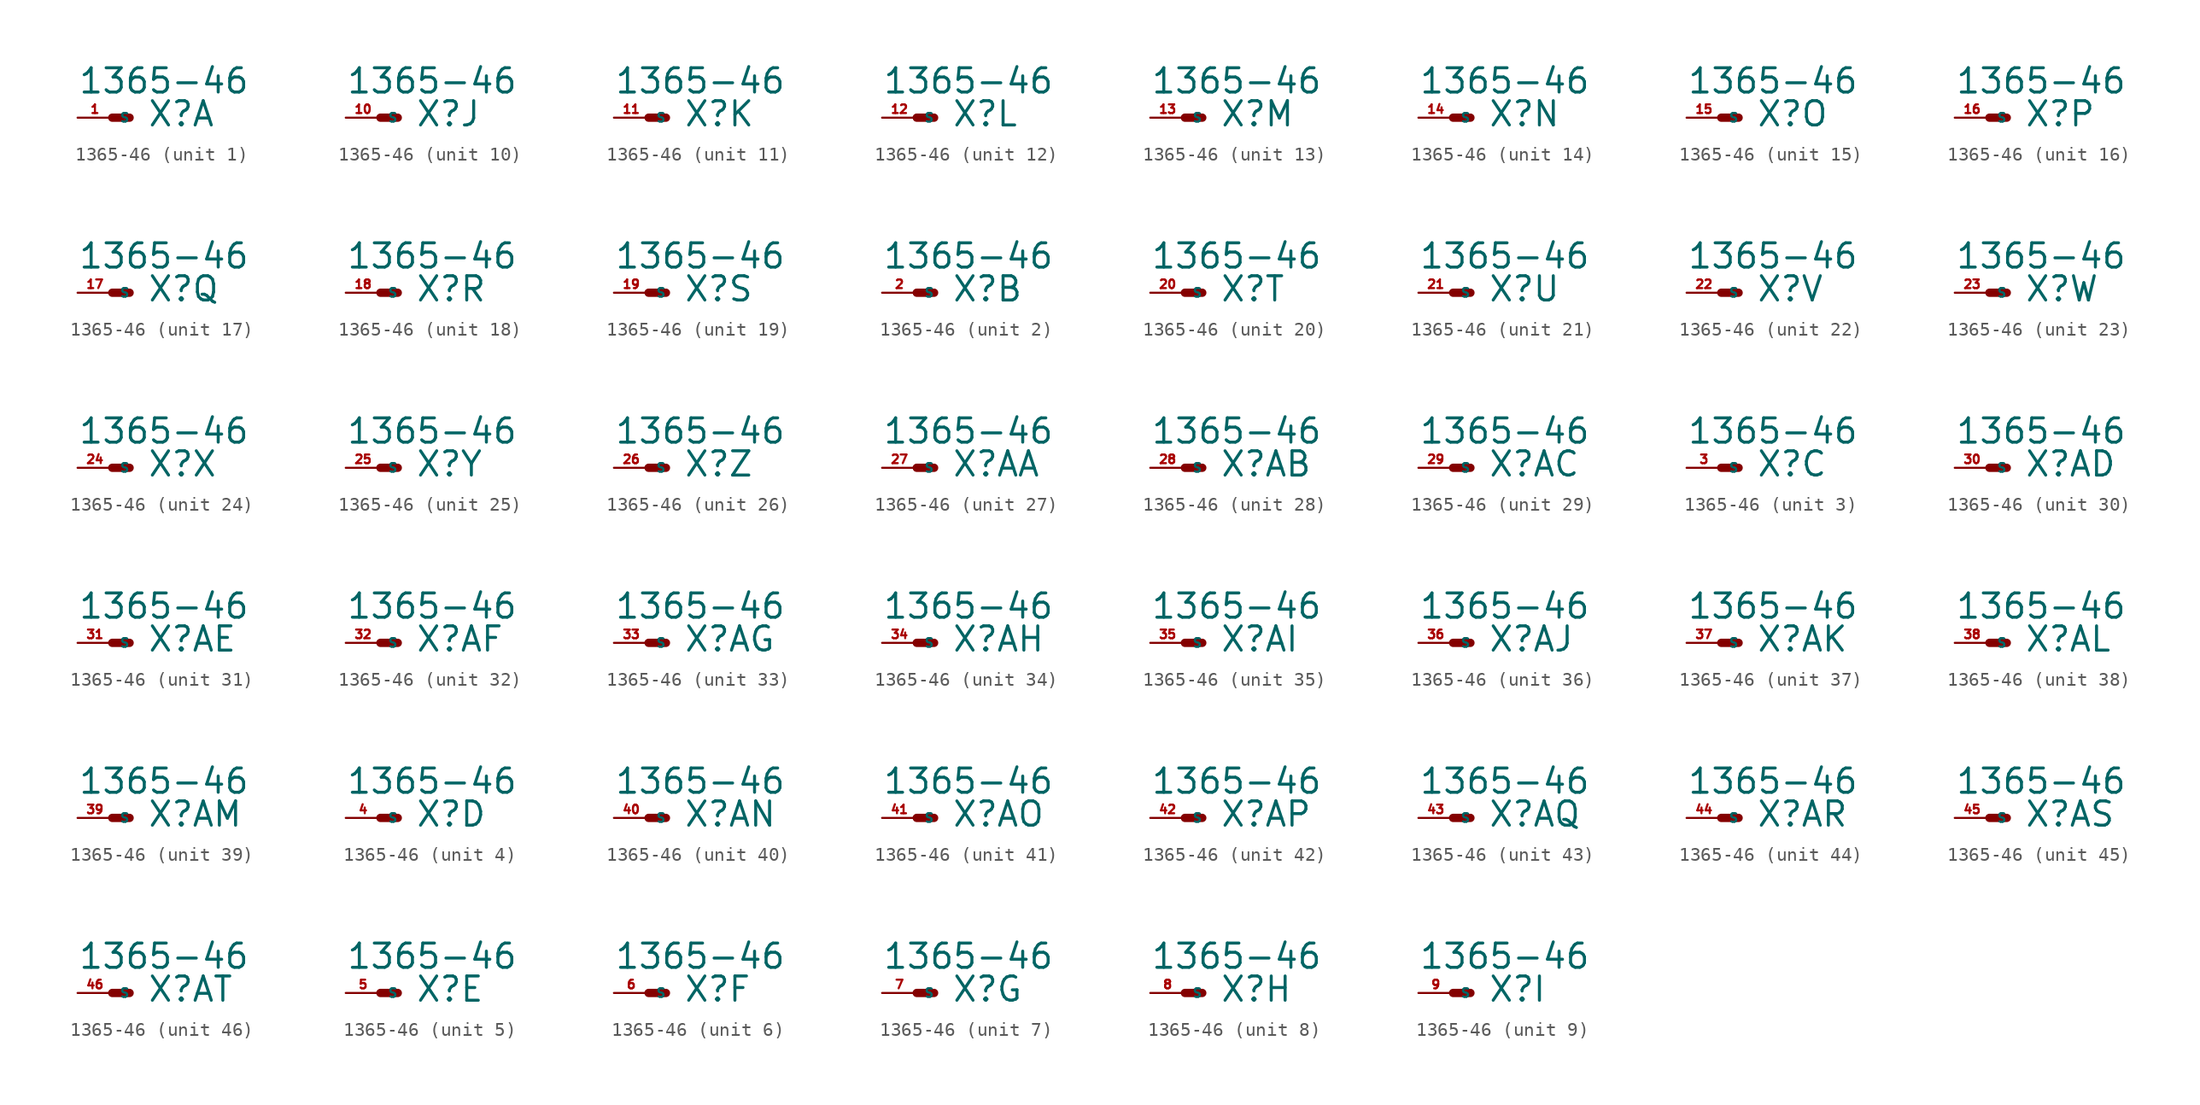
<source format=kicad_sym>
(kicad_symbol_lib
  (version 20220914)
  (generator Eagle2Kicad)
  (symbol "1365-46"
    (property "Reference" "X"
      (at 2.54 -0.762 0)
      (effects (font (size 1.778 1.778) (thickness 0.22)) (justify left bottom)))
    (property "Value" "1365-46"
      (at -2.54 1.651 0)
      (effects (font (size 1.778 1.778) (thickness 0.22)) (justify left bottom)))
    (symbol "1365-46_1_0"
      (polyline (pts (xy 0 0) (xy 1.27 0)) (stroke (width 0.61) (type default)) (fill (type none)))
      (pin passive line (at -2.54 0 0) (length 2.54) (name "S" (effects (font (size 0.635 0.635) (thickness 0.08)) (justify left bottom))) (number "1" (effects (font (size 0.635 0.635) (thickness 0.08)) (justify left bottom)))))
    (symbol "1365-46_2_0"
      (polyline (pts (xy 0 0) (xy 1.27 0)) (stroke (width 0.61) (type default)) (fill (type none)))
      (pin passive line (at -2.54 0 0) (length 2.54) (name "S" (effects (font (size 0.635 0.635) (thickness 0.08)) (justify left bottom))) (number "2" (effects (font (size 0.635 0.635) (thickness 0.08)) (justify left bottom)))))
    (symbol "1365-46_3_0"
      (polyline (pts (xy 0 0) (xy 1.27 0)) (stroke (width 0.61) (type default)) (fill (type none)))
      (pin passive line (at -2.54 0 0) (length 2.54) (name "S" (effects (font (size 0.635 0.635) (thickness 0.08)) (justify left bottom))) (number "3" (effects (font (size 0.635 0.635) (thickness 0.08)) (justify left bottom)))))
    (symbol "1365-46_4_0"
      (polyline (pts (xy 0 0) (xy 1.27 0)) (stroke (width 0.61) (type default)) (fill (type none)))
      (pin passive line (at -2.54 0 0) (length 2.54) (name "S" (effects (font (size 0.635 0.635) (thickness 0.08)) (justify left bottom))) (number "4" (effects (font (size 0.635 0.635) (thickness 0.08)) (justify left bottom)))))
    (symbol "1365-46_5_0"
      (polyline (pts (xy 0 0) (xy 1.27 0)) (stroke (width 0.61) (type default)) (fill (type none)))
      (pin passive line (at -2.54 0 0) (length 2.54) (name "S" (effects (font (size 0.635 0.635) (thickness 0.08)) (justify left bottom))) (number "5" (effects (font (size 0.635 0.635) (thickness 0.08)) (justify left bottom)))))
    (symbol "1365-46_6_0"
      (polyline (pts (xy 0 0) (xy 1.27 0)) (stroke (width 0.61) (type default)) (fill (type none)))
      (pin passive line (at -2.54 0 0) (length 2.54) (name "S" (effects (font (size 0.635 0.635) (thickness 0.08)) (justify left bottom))) (number "6" (effects (font (size 0.635 0.635) (thickness 0.08)) (justify left bottom)))))
    (symbol "1365-46_7_0"
      (polyline (pts (xy 0 0) (xy 1.27 0)) (stroke (width 0.61) (type default)) (fill (type none)))
      (pin passive line (at -2.54 0 0) (length 2.54) (name "S" (effects (font (size 0.635 0.635) (thickness 0.08)) (justify left bottom))) (number "7" (effects (font (size 0.635 0.635) (thickness 0.08)) (justify left bottom)))))
    (symbol "1365-46_8_0"
      (polyline (pts (xy 0 0) (xy 1.27 0)) (stroke (width 0.61) (type default)) (fill (type none)))
      (pin passive line (at -2.54 0 0) (length 2.54) (name "S" (effects (font (size 0.635 0.635) (thickness 0.08)) (justify left bottom))) (number "8" (effects (font (size 0.635 0.635) (thickness 0.08)) (justify left bottom)))))
    (symbol "1365-46_9_0"
      (polyline (pts (xy 0 0) (xy 1.27 0)) (stroke (width 0.61) (type default)) (fill (type none)))
      (pin passive line (at -2.54 0 0) (length 2.54) (name "S" (effects (font (size 0.635 0.635) (thickness 0.08)) (justify left bottom))) (number "9" (effects (font (size 0.635 0.635) (thickness 0.08)) (justify left bottom)))))
    (symbol "1365-46_10_0"
      (polyline (pts (xy 0 0) (xy 1.27 0)) (stroke (width 0.61) (type default)) (fill (type none)))
      (pin passive line (at -2.54 0 0) (length 2.54) (name "S" (effects (font (size 0.635 0.635) (thickness 0.08)) (justify left bottom))) (number "10" (effects (font (size 0.635 0.635) (thickness 0.08)) (justify left bottom)))))
    (symbol "1365-46_11_0"
      (polyline (pts (xy 0 0) (xy 1.27 0)) (stroke (width 0.61) (type default)) (fill (type none)))
      (pin passive line (at -2.54 0 0) (length 2.54) (name "S" (effects (font (size 0.635 0.635) (thickness 0.08)) (justify left bottom))) (number "11" (effects (font (size 0.635 0.635) (thickness 0.08)) (justify left bottom)))))
    (symbol "1365-46_12_0"
      (polyline (pts (xy 0 0) (xy 1.27 0)) (stroke (width 0.61) (type default)) (fill (type none)))
      (pin passive line (at -2.54 0 0) (length 2.54) (name "S" (effects (font (size 0.635 0.635) (thickness 0.08)) (justify left bottom))) (number "12" (effects (font (size 0.635 0.635) (thickness 0.08)) (justify left bottom)))))
    (symbol "1365-46_13_0"
      (polyline (pts (xy 0 0) (xy 1.27 0)) (stroke (width 0.61) (type default)) (fill (type none)))
      (pin passive line (at -2.54 0 0) (length 2.54) (name "S" (effects (font (size 0.635 0.635) (thickness 0.08)) (justify left bottom))) (number "13" (effects (font (size 0.635 0.635) (thickness 0.08)) (justify left bottom)))))
    (symbol "1365-46_14_0"
      (polyline (pts (xy 0 0) (xy 1.27 0)) (stroke (width 0.61) (type default)) (fill (type none)))
      (pin passive line (at -2.54 0 0) (length 2.54) (name "S" (effects (font (size 0.635 0.635) (thickness 0.08)) (justify left bottom))) (number "14" (effects (font (size 0.635 0.635) (thickness 0.08)) (justify left bottom)))))
    (symbol "1365-46_15_0"
      (polyline (pts (xy 0 0) (xy 1.27 0)) (stroke (width 0.61) (type default)) (fill (type none)))
      (pin passive line (at -2.54 0 0) (length 2.54) (name "S" (effects (font (size 0.635 0.635) (thickness 0.08)) (justify left bottom))) (number "15" (effects (font (size 0.635 0.635) (thickness 0.08)) (justify left bottom)))))
    (symbol "1365-46_16_0"
      (polyline (pts (xy 0 0) (xy 1.27 0)) (stroke (width 0.61) (type default)) (fill (type none)))
      (pin passive line (at -2.54 0 0) (length 2.54) (name "S" (effects (font (size 0.635 0.635) (thickness 0.08)) (justify left bottom))) (number "16" (effects (font (size 0.635 0.635) (thickness 0.08)) (justify left bottom)))))
    (symbol "1365-46_17_0"
      (polyline (pts (xy 0 0) (xy 1.27 0)) (stroke (width 0.61) (type default)) (fill (type none)))
      (pin passive line (at -2.54 0 0) (length 2.54) (name "S" (effects (font (size 0.635 0.635) (thickness 0.08)) (justify left bottom))) (number "17" (effects (font (size 0.635 0.635) (thickness 0.08)) (justify left bottom)))))
    (symbol "1365-46_18_0"
      (polyline (pts (xy 0 0) (xy 1.27 0)) (stroke (width 0.61) (type default)) (fill (type none)))
      (pin passive line (at -2.54 0 0) (length 2.54) (name "S" (effects (font (size 0.635 0.635) (thickness 0.08)) (justify left bottom))) (number "18" (effects (font (size 0.635 0.635) (thickness 0.08)) (justify left bottom)))))
    (symbol "1365-46_19_0"
      (polyline (pts (xy 0 0) (xy 1.27 0)) (stroke (width 0.61) (type default)) (fill (type none)))
      (pin passive line (at -2.54 0 0) (length 2.54) (name "S" (effects (font (size 0.635 0.635) (thickness 0.08)) (justify left bottom))) (number "19" (effects (font (size 0.635 0.635) (thickness 0.08)) (justify left bottom)))))
    (symbol "1365-46_20_0"
      (polyline (pts (xy 0 0) (xy 1.27 0)) (stroke (width 0.61) (type default)) (fill (type none)))
      (pin passive line (at -2.54 0 0) (length 2.54) (name "S" (effects (font (size 0.635 0.635) (thickness 0.08)) (justify left bottom))) (number "20" (effects (font (size 0.635 0.635) (thickness 0.08)) (justify left bottom)))))
    (symbol "1365-46_21_0"
      (polyline (pts (xy 0 0) (xy 1.27 0)) (stroke (width 0.61) (type default)) (fill (type none)))
      (pin passive line (at -2.54 0 0) (length 2.54) (name "S" (effects (font (size 0.635 0.635) (thickness 0.08)) (justify left bottom))) (number "21" (effects (font (size 0.635 0.635) (thickness 0.08)) (justify left bottom)))))
    (symbol "1365-46_22_0"
      (polyline (pts (xy 0 0) (xy 1.27 0)) (stroke (width 0.61) (type default)) (fill (type none)))
      (pin passive line (at -2.54 0 0) (length 2.54) (name "S" (effects (font (size 0.635 0.635) (thickness 0.08)) (justify left bottom))) (number "22" (effects (font (size 0.635 0.635) (thickness 0.08)) (justify left bottom)))))
    (symbol "1365-46_23_0"
      (polyline (pts (xy 0 0) (xy 1.27 0)) (stroke (width 0.61) (type default)) (fill (type none)))
      (pin passive line (at -2.54 0 0) (length 2.54) (name "S" (effects (font (size 0.635 0.635) (thickness 0.08)) (justify left bottom))) (number "23" (effects (font (size 0.635 0.635) (thickness 0.08)) (justify left bottom)))))
    (symbol "1365-46_24_0"
      (polyline (pts (xy 0 0) (xy 1.27 0)) (stroke (width 0.61) (type default)) (fill (type none)))
      (pin passive line (at -2.54 0 0) (length 2.54) (name "S" (effects (font (size 0.635 0.635) (thickness 0.08)) (justify left bottom))) (number "24" (effects (font (size 0.635 0.635) (thickness 0.08)) (justify left bottom)))))
    (symbol "1365-46_25_0"
      (polyline (pts (xy 0 0) (xy 1.27 0)) (stroke (width 0.61) (type default)) (fill (type none)))
      (pin passive line (at -2.54 0 0) (length 2.54) (name "S" (effects (font (size 0.635 0.635) (thickness 0.08)) (justify left bottom))) (number "25" (effects (font (size 0.635 0.635) (thickness 0.08)) (justify left bottom)))))
    (symbol "1365-46_26_0"
      (polyline (pts (xy 0 0) (xy 1.27 0)) (stroke (width 0.61) (type default)) (fill (type none)))
      (pin passive line (at -2.54 0 0) (length 2.54) (name "S" (effects (font (size 0.635 0.635) (thickness 0.08)) (justify left bottom))) (number "26" (effects (font (size 0.635 0.635) (thickness 0.08)) (justify left bottom)))))
    (symbol "1365-46_27_0"
      (polyline (pts (xy 0 0) (xy 1.27 0)) (stroke (width 0.61) (type default)) (fill (type none)))
      (pin passive line (at -2.54 0 0) (length 2.54) (name "S" (effects (font (size 0.635 0.635) (thickness 0.08)) (justify left bottom))) (number "27" (effects (font (size 0.635 0.635) (thickness 0.08)) (justify left bottom)))))
    (symbol "1365-46_28_0"
      (polyline (pts (xy 0 0) (xy 1.27 0)) (stroke (width 0.61) (type default)) (fill (type none)))
      (pin passive line (at -2.54 0 0) (length 2.54) (name "S" (effects (font (size 0.635 0.635) (thickness 0.08)) (justify left bottom))) (number "28" (effects (font (size 0.635 0.635) (thickness 0.08)) (justify left bottom)))))
    (symbol "1365-46_29_0"
      (polyline (pts (xy 0 0) (xy 1.27 0)) (stroke (width 0.61) (type default)) (fill (type none)))
      (pin passive line (at -2.54 0 0) (length 2.54) (name "S" (effects (font (size 0.635 0.635) (thickness 0.08)) (justify left bottom))) (number "29" (effects (font (size 0.635 0.635) (thickness 0.08)) (justify left bottom)))))
    (symbol "1365-46_30_0"
      (polyline (pts (xy 0 0) (xy 1.27 0)) (stroke (width 0.61) (type default)) (fill (type none)))
      (pin passive line (at -2.54 0 0) (length 2.54) (name "S" (effects (font (size 0.635 0.635) (thickness 0.08)) (justify left bottom))) (number "30" (effects (font (size 0.635 0.635) (thickness 0.08)) (justify left bottom)))))
    (symbol "1365-46_31_0"
      (polyline (pts (xy 0 0) (xy 1.27 0)) (stroke (width 0.61) (type default)) (fill (type none)))
      (pin passive line (at -2.54 0 0) (length 2.54) (name "S" (effects (font (size 0.635 0.635) (thickness 0.08)) (justify left bottom))) (number "31" (effects (font (size 0.635 0.635) (thickness 0.08)) (justify left bottom)))))
    (symbol "1365-46_32_0"
      (polyline (pts (xy 0 0) (xy 1.27 0)) (stroke (width 0.61) (type default)) (fill (type none)))
      (pin passive line (at -2.54 0 0) (length 2.54) (name "S" (effects (font (size 0.635 0.635) (thickness 0.08)) (justify left bottom))) (number "32" (effects (font (size 0.635 0.635) (thickness 0.08)) (justify left bottom)))))
    (symbol "1365-46_33_0"
      (polyline (pts (xy 0 0) (xy 1.27 0)) (stroke (width 0.61) (type default)) (fill (type none)))
      (pin passive line (at -2.54 0 0) (length 2.54) (name "S" (effects (font (size 0.635 0.635) (thickness 0.08)) (justify left bottom))) (number "33" (effects (font (size 0.635 0.635) (thickness 0.08)) (justify left bottom)))))
    (symbol "1365-46_34_0"
      (polyline (pts (xy 0 0) (xy 1.27 0)) (stroke (width 0.61) (type default)) (fill (type none)))
      (pin passive line (at -2.54 0 0) (length 2.54) (name "S" (effects (font (size 0.635 0.635) (thickness 0.08)) (justify left bottom))) (number "34" (effects (font (size 0.635 0.635) (thickness 0.08)) (justify left bottom)))))
    (symbol "1365-46_35_0"
      (polyline (pts (xy 0 0) (xy 1.27 0)) (stroke (width 0.61) (type default)) (fill (type none)))
      (pin passive line (at -2.54 0 0) (length 2.54) (name "S" (effects (font (size 0.635 0.635) (thickness 0.08)) (justify left bottom))) (number "35" (effects (font (size 0.635 0.635) (thickness 0.08)) (justify left bottom)))))
    (symbol "1365-46_36_0"
      (polyline (pts (xy 0 0) (xy 1.27 0)) (stroke (width 0.61) (type default)) (fill (type none)))
      (pin passive line (at -2.54 0 0) (length 2.54) (name "S" (effects (font (size 0.635 0.635) (thickness 0.08)) (justify left bottom))) (number "36" (effects (font (size 0.635 0.635) (thickness 0.08)) (justify left bottom)))))
    (symbol "1365-46_37_0"
      (polyline (pts (xy 0 0) (xy 1.27 0)) (stroke (width 0.61) (type default)) (fill (type none)))
      (pin passive line (at -2.54 0 0) (length 2.54) (name "S" (effects (font (size 0.635 0.635) (thickness 0.08)) (justify left bottom))) (number "37" (effects (font (size 0.635 0.635) (thickness 0.08)) (justify left bottom)))))
    (symbol "1365-46_38_0"
      (polyline (pts (xy 0 0) (xy 1.27 0)) (stroke (width 0.61) (type default)) (fill (type none)))
      (pin passive line (at -2.54 0 0) (length 2.54) (name "S" (effects (font (size 0.635 0.635) (thickness 0.08)) (justify left bottom))) (number "38" (effects (font (size 0.635 0.635) (thickness 0.08)) (justify left bottom)))))
    (symbol "1365-46_39_0"
      (polyline (pts (xy 0 0) (xy 1.27 0)) (stroke (width 0.61) (type default)) (fill (type none)))
      (pin passive line (at -2.54 0 0) (length 2.54) (name "S" (effects (font (size 0.635 0.635) (thickness 0.08)) (justify left bottom))) (number "39" (effects (font (size 0.635 0.635) (thickness 0.08)) (justify left bottom)))))
    (symbol "1365-46_40_0"
      (polyline (pts (xy 0 0) (xy 1.27 0)) (stroke (width 0.61) (type default)) (fill (type none)))
      (pin passive line (at -2.54 0 0) (length 2.54) (name "S" (effects (font (size 0.635 0.635) (thickness 0.08)) (justify left bottom))) (number "40" (effects (font (size 0.635 0.635) (thickness 0.08)) (justify left bottom)))))
    (symbol "1365-46_41_0"
      (polyline (pts (xy 0 0) (xy 1.27 0)) (stroke (width 0.61) (type default)) (fill (type none)))
      (pin passive line (at -2.54 0 0) (length 2.54) (name "S" (effects (font (size 0.635 0.635) (thickness 0.08)) (justify left bottom))) (number "41" (effects (font (size 0.635 0.635) (thickness 0.08)) (justify left bottom)))))
    (symbol "1365-46_42_0"
      (polyline (pts (xy 0 0) (xy 1.27 0)) (stroke (width 0.61) (type default)) (fill (type none)))
      (pin passive line (at -2.54 0 0) (length 2.54) (name "S" (effects (font (size 0.635 0.635) (thickness 0.08)) (justify left bottom))) (number "42" (effects (font (size 0.635 0.635) (thickness 0.08)) (justify left bottom)))))
    (symbol "1365-46_43_0"
      (polyline (pts (xy 0 0) (xy 1.27 0)) (stroke (width 0.61) (type default)) (fill (type none)))
      (pin passive line (at -2.54 0 0) (length 2.54) (name "S" (effects (font (size 0.635 0.635) (thickness 0.08)) (justify left bottom))) (number "43" (effects (font (size 0.635 0.635) (thickness 0.08)) (justify left bottom)))))
    (symbol "1365-46_44_0"
      (polyline (pts (xy 0 0) (xy 1.27 0)) (stroke (width 0.61) (type default)) (fill (type none)))
      (pin passive line (at -2.54 0 0) (length 2.54) (name "S" (effects (font (size 0.635 0.635) (thickness 0.08)) (justify left bottom))) (number "44" (effects (font (size 0.635 0.635) (thickness 0.08)) (justify left bottom)))))
    (symbol "1365-46_45_0"
      (polyline (pts (xy 0 0) (xy 1.27 0)) (stroke (width 0.61) (type default)) (fill (type none)))
      (pin passive line (at -2.54 0 0) (length 2.54) (name "S" (effects (font (size 0.635 0.635) (thickness 0.08)) (justify left bottom))) (number "45" (effects (font (size 0.635 0.635) (thickness 0.08)) (justify left bottom)))))
    (symbol "1365-46_46_0"
      (polyline (pts (xy 0 0) (xy 1.27 0)) (stroke (width 0.61) (type default)) (fill (type none)))
      (pin passive line (at -2.54 0 0) (length 2.54) (name "S" (effects (font (size 0.635 0.635) (thickness 0.08)) (justify left bottom))) (number "46" (effects (font (size 0.635 0.635) (thickness 0.08)) (justify left bottom)))))))
</source>
